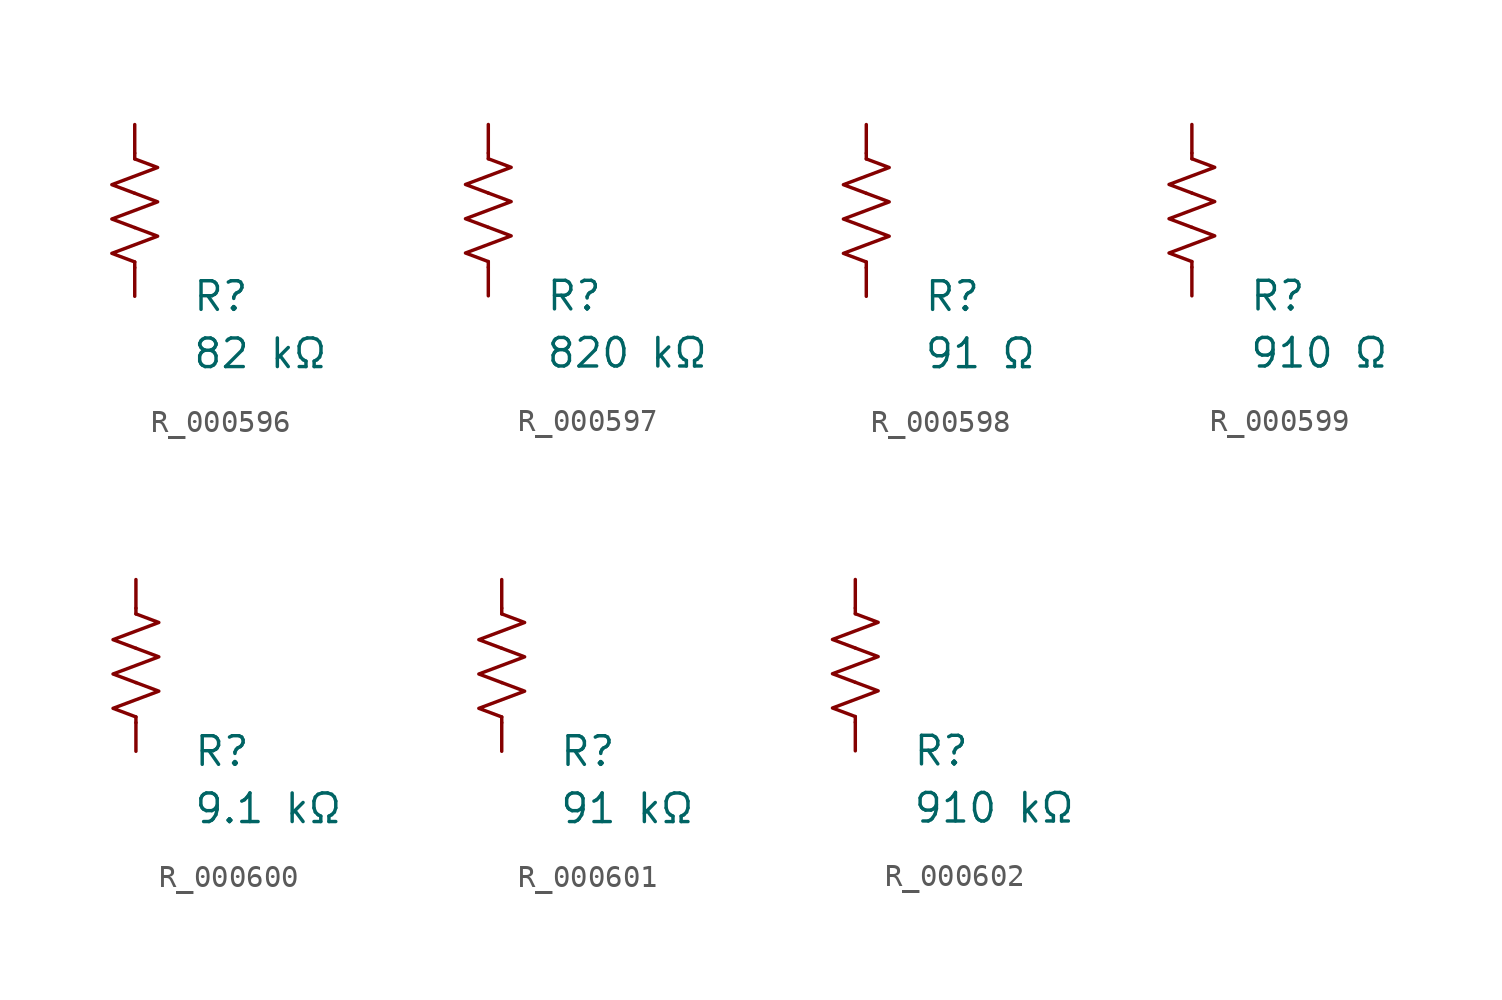
<source format=kicad_sym>
(kicad_symbol_lib
  (version 20231120)
  (generator "kicad_symbol_editor")
  (generator_version "8.0")
  (symbol "R_000596"
    (pin_numbers hide)
    (pin_names
      (offset 0))
    (property "Reference" "R"
      (at 2.54 -3.81 0)
      (effects (font (size 1.27 1.27)) (justify left))
      (show_name no))
    (property "Value" "82 kΩ"
      (at 2.54 -6.35 0)
      (effects (font (size 1.27 1.27)) (justify left))
      (show_name no))
    (symbol "R_000596_0_1"
      (polyline (pts (xy 0 -2.286) (xy 0 -2.54)) (stroke (width 0) (type default)) (fill (type none)))
      (polyline (pts (xy 0 2.286) (xy 0 2.54)) (stroke (width 0) (type default)) (fill (type none)))
      (polyline (pts (xy 0 -0.762) (xy 1.016 -1.143) (xy 0 -1.524) (xy -1.016 -1.905) (xy 0 -2.286)) (stroke (width 0) (type default)) (fill (type none)))
      (polyline (pts (xy 0 0.762) (xy 1.016 0.381) (xy 0 0) (xy -1.016 -0.381) (xy 0 -0.762)) (stroke (width 0) (type default)) (fill (type none)))
      (polyline (pts (xy 0 2.286) (xy 1.016 1.905) (xy 0 1.524) (xy -1.016 1.143) (xy 0 0.762)) (stroke (width 0) (type default)) (fill (type none))))
    (symbol "R_000596_1_1"
      (pin passive line (at 0 3.81 270) (length 1.27) (name "~" (effects (font (size 1.27 1.27)))) (number "1" (effects (font (size 1.27 1.27)))))
      (pin passive line (at 0 -3.81 90) (length 1.27) (name "~" (effects (font (size 1.27 1.27)))) (number "2" (effects (font (size 1.27 1.27)))))))
  (symbol "R_000597"
    (pin_numbers hide)
    (pin_names
      (offset 0))
    (property "Reference" "R"
      (at 2.54 -3.81 0)
      (effects (font (size 1.27 1.27)) (justify left))
      (show_name no))
    (property "Value" "820 kΩ"
      (at 2.54 -6.35 0)
      (effects (font (size 1.27 1.27)) (justify left))
      (show_name no))
    (symbol "R_000597_0_1"
      (polyline (pts (xy 0 -2.286) (xy 0 -2.54)) (stroke (width 0) (type default)) (fill (type none)))
      (polyline (pts (xy 0 2.286) (xy 0 2.54)) (stroke (width 0) (type default)) (fill (type none)))
      (polyline (pts (xy 0 -0.762) (xy 1.016 -1.143) (xy 0 -1.524) (xy -1.016 -1.905) (xy 0 -2.286)) (stroke (width 0) (type default)) (fill (type none)))
      (polyline (pts (xy 0 0.762) (xy 1.016 0.381) (xy 0 0) (xy -1.016 -0.381) (xy 0 -0.762)) (stroke (width 0) (type default)) (fill (type none)))
      (polyline (pts (xy 0 2.286) (xy 1.016 1.905) (xy 0 1.524) (xy -1.016 1.143) (xy 0 0.762)) (stroke (width 0) (type default)) (fill (type none))))
    (symbol "R_000597_1_1"
      (pin passive line (at 0 3.81 270) (length 1.27) (name "~" (effects (font (size 1.27 1.27)))) (number "1" (effects (font (size 1.27 1.27)))))
      (pin passive line (at 0 -3.81 90) (length 1.27) (name "~" (effects (font (size 1.27 1.27)))) (number "2" (effects (font (size 1.27 1.27)))))))
  (symbol "R_000598"
    (pin_numbers hide)
    (pin_names
      (offset 0))
    (property "Reference" "R"
      (at 2.54 -3.81 0)
      (effects (font (size 1.27 1.27)) (justify left))
      (show_name no))
    (property "Value" "91 Ω"
      (at 2.54 -6.35 0)
      (effects (font (size 1.27 1.27)) (justify left))
      (show_name no))
    (symbol "R_000598_0_1"
      (polyline (pts (xy 0 -2.286) (xy 0 -2.54)) (stroke (width 0) (type default)) (fill (type none)))
      (polyline (pts (xy 0 2.286) (xy 0 2.54)) (stroke (width 0) (type default)) (fill (type none)))
      (polyline (pts (xy 0 -0.762) (xy 1.016 -1.143) (xy 0 -1.524) (xy -1.016 -1.905) (xy 0 -2.286)) (stroke (width 0) (type default)) (fill (type none)))
      (polyline (pts (xy 0 0.762) (xy 1.016 0.381) (xy 0 0) (xy -1.016 -0.381) (xy 0 -0.762)) (stroke (width 0) (type default)) (fill (type none)))
      (polyline (pts (xy 0 2.286) (xy 1.016 1.905) (xy 0 1.524) (xy -1.016 1.143) (xy 0 0.762)) (stroke (width 0) (type default)) (fill (type none))))
    (symbol "R_000598_1_1"
      (pin passive line (at 0 3.81 270) (length 1.27) (name "~" (effects (font (size 1.27 1.27)))) (number "1" (effects (font (size 1.27 1.27)))))
      (pin passive line (at 0 -3.81 90) (length 1.27) (name "~" (effects (font (size 1.27 1.27)))) (number "2" (effects (font (size 1.27 1.27)))))))
  (symbol "R_000599"
    (pin_numbers hide)
    (pin_names
      (offset 0))
    (property "Reference" "R"
      (at 2.54 -3.81 0)
      (effects (font (size 1.27 1.27)) (justify left))
      (show_name no))
    (property "Value" "910 Ω"
      (at 2.54 -6.35 0)
      (effects (font (size 1.27 1.27)) (justify left))
      (show_name no))
    (symbol "R_000599_0_1"
      (polyline (pts (xy 0 -2.286) (xy 0 -2.54)) (stroke (width 0) (type default)) (fill (type none)))
      (polyline (pts (xy 0 2.286) (xy 0 2.54)) (stroke (width 0) (type default)) (fill (type none)))
      (polyline (pts (xy 0 -0.762) (xy 1.016 -1.143) (xy 0 -1.524) (xy -1.016 -1.905) (xy 0 -2.286)) (stroke (width 0) (type default)) (fill (type none)))
      (polyline (pts (xy 0 0.762) (xy 1.016 0.381) (xy 0 0) (xy -1.016 -0.381) (xy 0 -0.762)) (stroke (width 0) (type default)) (fill (type none)))
      (polyline (pts (xy 0 2.286) (xy 1.016 1.905) (xy 0 1.524) (xy -1.016 1.143) (xy 0 0.762)) (stroke (width 0) (type default)) (fill (type none))))
    (symbol "R_000599_1_1"
      (pin passive line (at 0 3.81 270) (length 1.27) (name "~" (effects (font (size 1.27 1.27)))) (number "1" (effects (font (size 1.27 1.27)))))
      (pin passive line (at 0 -3.81 90) (length 1.27) (name "~" (effects (font (size 1.27 1.27)))) (number "2" (effects (font (size 1.27 1.27)))))))
  (symbol "R_000600"
    (pin_numbers hide)
    (pin_names
      (offset 0))
    (property "Reference" "R"
      (at 2.54 -3.81 0)
      (effects (font (size 1.27 1.27)) (justify left))
      (show_name no))
    (property "Value" "9.1 kΩ"
      (at 2.54 -6.35 0)
      (effects (font (size 1.27 1.27)) (justify left))
      (show_name no))
    (symbol "R_000600_0_1"
      (polyline (pts (xy 0 -2.286) (xy 0 -2.54)) (stroke (width 0) (type default)) (fill (type none)))
      (polyline (pts (xy 0 2.286) (xy 0 2.54)) (stroke (width 0) (type default)) (fill (type none)))
      (polyline (pts (xy 0 -0.762) (xy 1.016 -1.143) (xy 0 -1.524) (xy -1.016 -1.905) (xy 0 -2.286)) (stroke (width 0) (type default)) (fill (type none)))
      (polyline (pts (xy 0 0.762) (xy 1.016 0.381) (xy 0 0) (xy -1.016 -0.381) (xy 0 -0.762)) (stroke (width 0) (type default)) (fill (type none)))
      (polyline (pts (xy 0 2.286) (xy 1.016 1.905) (xy 0 1.524) (xy -1.016 1.143) (xy 0 0.762)) (stroke (width 0) (type default)) (fill (type none))))
    (symbol "R_000600_1_1"
      (pin passive line (at 0 3.81 270) (length 1.27) (name "~" (effects (font (size 1.27 1.27)))) (number "1" (effects (font (size 1.27 1.27)))))
      (pin passive line (at 0 -3.81 90) (length 1.27) (name "~" (effects (font (size 1.27 1.27)))) (number "2" (effects (font (size 1.27 1.27)))))))
  (symbol "R_000601"
    (pin_numbers hide)
    (pin_names
      (offset 0))
    (property "Reference" "R"
      (at 2.54 -3.81 0)
      (effects (font (size 1.27 1.27)) (justify left))
      (show_name no))
    (property "Value" "91 kΩ"
      (at 2.54 -6.35 0)
      (effects (font (size 1.27 1.27)) (justify left))
      (show_name no))
    (symbol "R_000601_0_1"
      (polyline (pts (xy 0 -2.286) (xy 0 -2.54)) (stroke (width 0) (type default)) (fill (type none)))
      (polyline (pts (xy 0 2.286) (xy 0 2.54)) (stroke (width 0) (type default)) (fill (type none)))
      (polyline (pts (xy 0 -0.762) (xy 1.016 -1.143) (xy 0 -1.524) (xy -1.016 -1.905) (xy 0 -2.286)) (stroke (width 0) (type default)) (fill (type none)))
      (polyline (pts (xy 0 0.762) (xy 1.016 0.381) (xy 0 0) (xy -1.016 -0.381) (xy 0 -0.762)) (stroke (width 0) (type default)) (fill (type none)))
      (polyline (pts (xy 0 2.286) (xy 1.016 1.905) (xy 0 1.524) (xy -1.016 1.143) (xy 0 0.762)) (stroke (width 0) (type default)) (fill (type none))))
    (symbol "R_000601_1_1"
      (pin passive line (at 0 3.81 270) (length 1.27) (name "~" (effects (font (size 1.27 1.27)))) (number "1" (effects (font (size 1.27 1.27)))))
      (pin passive line (at 0 -3.81 90) (length 1.27) (name "~" (effects (font (size 1.27 1.27)))) (number "2" (effects (font (size 1.27 1.27)))))))
  (symbol "R_000602"
    (pin_numbers hide)
    (pin_names
      (offset 0))
    (property "Reference" "R"
      (at 2.54 -3.81 0)
      (effects (font (size 1.27 1.27)) (justify left))
      (show_name no))
    (property "Value" "910 kΩ"
      (at 2.54 -6.35 0)
      (effects (font (size 1.27 1.27)) (justify left))
      (show_name no))
    (symbol "R_000602_0_1"
      (polyline (pts (xy 0 -2.286) (xy 0 -2.54)) (stroke (width 0) (type default)) (fill (type none)))
      (polyline (pts (xy 0 2.286) (xy 0 2.54)) (stroke (width 0) (type default)) (fill (type none)))
      (polyline (pts (xy 0 -0.762) (xy 1.016 -1.143) (xy 0 -1.524) (xy -1.016 -1.905) (xy 0 -2.286)) (stroke (width 0) (type default)) (fill (type none)))
      (polyline (pts (xy 0 0.762) (xy 1.016 0.381) (xy 0 0) (xy -1.016 -0.381) (xy 0 -0.762)) (stroke (width 0) (type default)) (fill (type none)))
      (polyline (pts (xy 0 2.286) (xy 1.016 1.905) (xy 0 1.524) (xy -1.016 1.143) (xy 0 0.762)) (stroke (width 0) (type default)) (fill (type none))))
    (symbol "R_000602_1_1"
      (pin passive line (at 0 3.81 270) (length 1.27) (name "~" (effects (font (size 1.27 1.27)))) (number "1" (effects (font (size 1.27 1.27)))))
      (pin passive line (at 0 -3.81 90) (length 1.27) (name "~" (effects (font (size 1.27 1.27)))) (number "2" (effects (font (size 1.27 1.27))))))))
</source>
